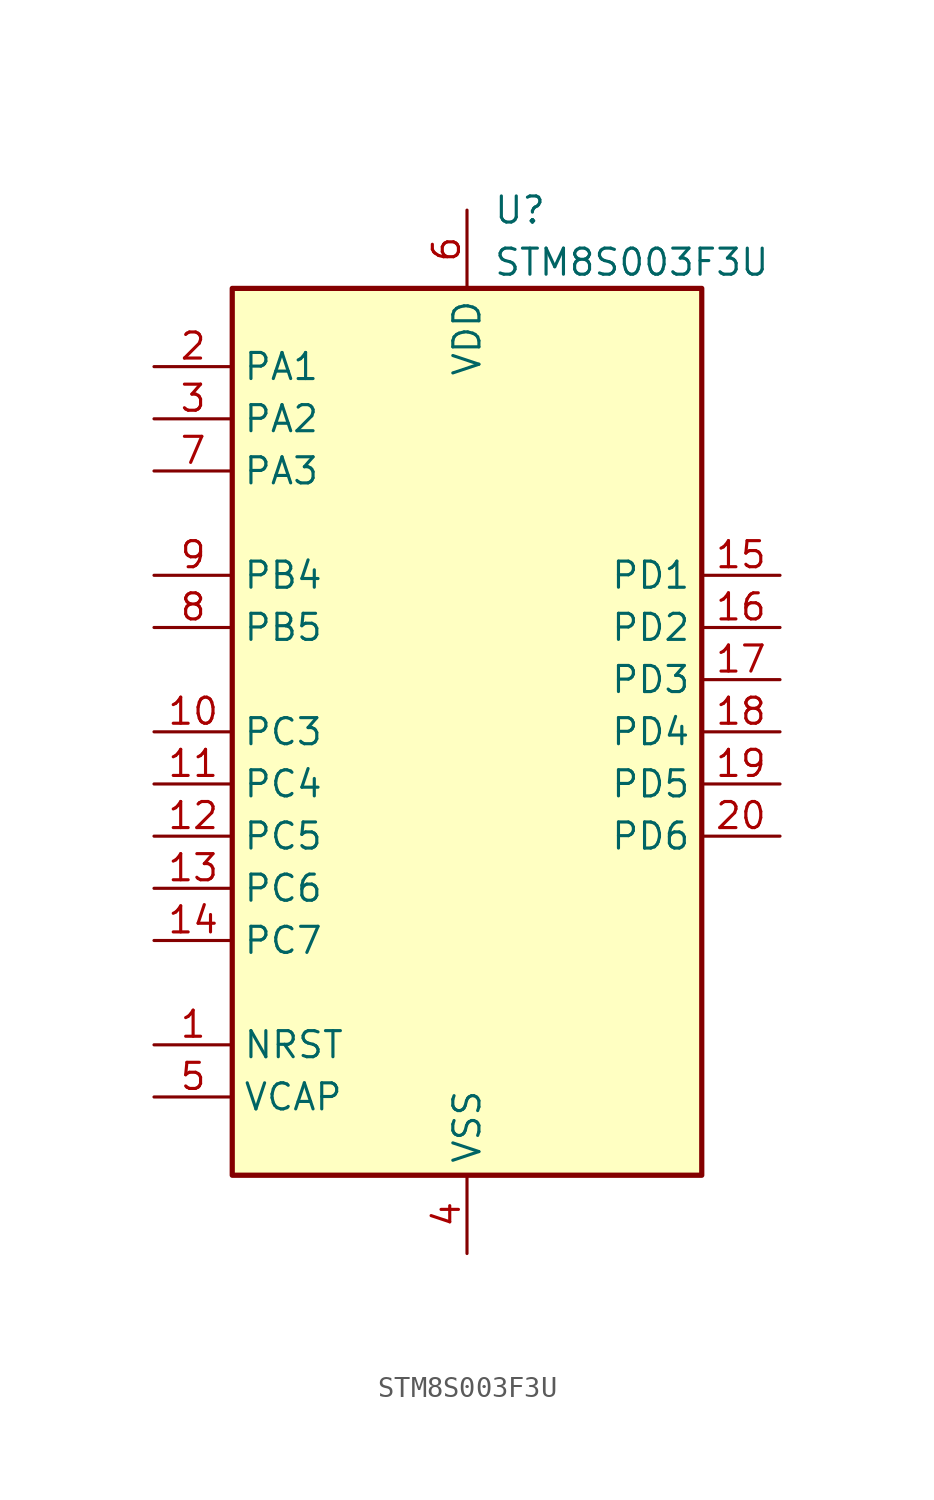
<source format=kicad_sym>
(kicad_symbol_lib
  (version 20241209)
  (generator "kicad_symbol_editor")
  (generator_version "9.0")
  (symbol "STM8S003F3U"
    (property "Reference" "U"
      (at 1.27 25.4 0)
      (effects (font (size 1.27 1.27)) (justify left)))
    (property "Value" "STM8S003F3U"
      (at 1.27 22.86 0)
      (effects (font (size 1.27 1.27)) (justify left)))
    (symbol "STM8S003F3U_0_1"
      (rectangle (start -11.43 21.59) (end 11.43 -21.59) (stroke (width 0.254) (type default)) (fill (type background))))
    (symbol "STM8S003F3U_1_1"
      (pin bidirectional line (at -15.24 17.78 0) (length 3.81) (name "PA1" (effects (font (size 1.27 1.27)))) (number "2" (effects (font (size 1.27 1.27)))))
      (pin bidirectional line (at -15.24 15.24 0) (length 3.81) (name "PA2" (effects (font (size 1.27 1.27)))) (number "3" (effects (font (size 1.27 1.27)))))
      (pin bidirectional line (at -15.24 12.7 0) (length 3.81) (name "PA3" (effects (font (size 1.27 1.27)))) (number "7" (effects (font (size 1.27 1.27)))))
      (pin bidirectional line (at -15.24 7.62 0) (length 3.81) (name "PB4" (effects (font (size 1.27 1.27)))) (number "9" (effects (font (size 1.27 1.27)))))
      (pin bidirectional line (at -15.24 5.08 0) (length 3.81) (name "PB5" (effects (font (size 1.27 1.27)))) (number "8" (effects (font (size 1.27 1.27)))))
      (pin bidirectional line (at -15.24 0 0) (length 3.81) (name "PC3" (effects (font (size 1.27 1.27)))) (number "10" (effects (font (size 1.27 1.27)))))
      (pin bidirectional line (at -15.24 -2.54 0) (length 3.81) (name "PC4" (effects (font (size 1.27 1.27)))) (number "11" (effects (font (size 1.27 1.27)))))
      (pin bidirectional line (at -15.24 -5.08 0) (length 3.81) (name "PC5" (effects (font (size 1.27 1.27)))) (number "12" (effects (font (size 1.27 1.27)))))
      (pin bidirectional line (at -15.24 -7.62 0) (length 3.81) (name "PC6" (effects (font (size 1.27 1.27)))) (number "13" (effects (font (size 1.27 1.27)))))
      (pin bidirectional line (at -15.24 -10.16 0) (length 3.81) (name "PC7" (effects (font (size 1.27 1.27)))) (number "14" (effects (font (size 1.27 1.27)))))
      (pin input line (at -15.24 -15.24 0) (length 3.81) (name "NRST" (effects (font (size 1.27 1.27)))) (number "1" (effects (font (size 1.27 1.27)))))
      (pin passive line (at -15.24 -17.78 0) (length 3.81) (name "VCAP" (effects (font (size 1.27 1.27)))) (number "5" (effects (font (size 1.27 1.27)))))
      (pin power_in line (at 0 25.4 270) (length 3.81) (name "VDD" (effects (font (size 1.27 1.27)))) (number "6" (effects (font (size 1.27 1.27)))))
      (pin power_in line (at 0 -25.4 90) (length 3.81) (name "VSS" (effects (font (size 1.27 1.27)))) (number "4" (effects (font (size 1.27 1.27)))))
      (pin bidirectional line (at 15.24 7.62 180) (length 3.81) (name "PD1" (effects (font (size 1.27 1.27)))) (number "15" (effects (font (size 1.27 1.27)))))
      (pin bidirectional line (at 15.24 5.08 180) (length 3.81) (name "PD2" (effects (font (size 1.27 1.27)))) (number "16" (effects (font (size 1.27 1.27)))))
      (pin bidirectional line (at 15.24 2.54 180) (length 3.81) (name "PD3" (effects (font (size 1.27 1.27)))) (number "17" (effects (font (size 1.27 1.27)))))
      (pin bidirectional line (at 15.24 0 180) (length 3.81) (name "PD4" (effects (font (size 1.27 1.27)))) (number "18" (effects (font (size 1.27 1.27)))))
      (pin bidirectional line (at 15.24 -2.54 180) (length 3.81) (name "PD5" (effects (font (size 1.27 1.27)))) (number "19" (effects (font (size 1.27 1.27)))))
      (pin bidirectional line (at 15.24 -5.08 180) (length 3.81) (name "PD6" (effects (font (size 1.27 1.27)))) (number "20" (effects (font (size 1.27 1.27))))))))
</source>
